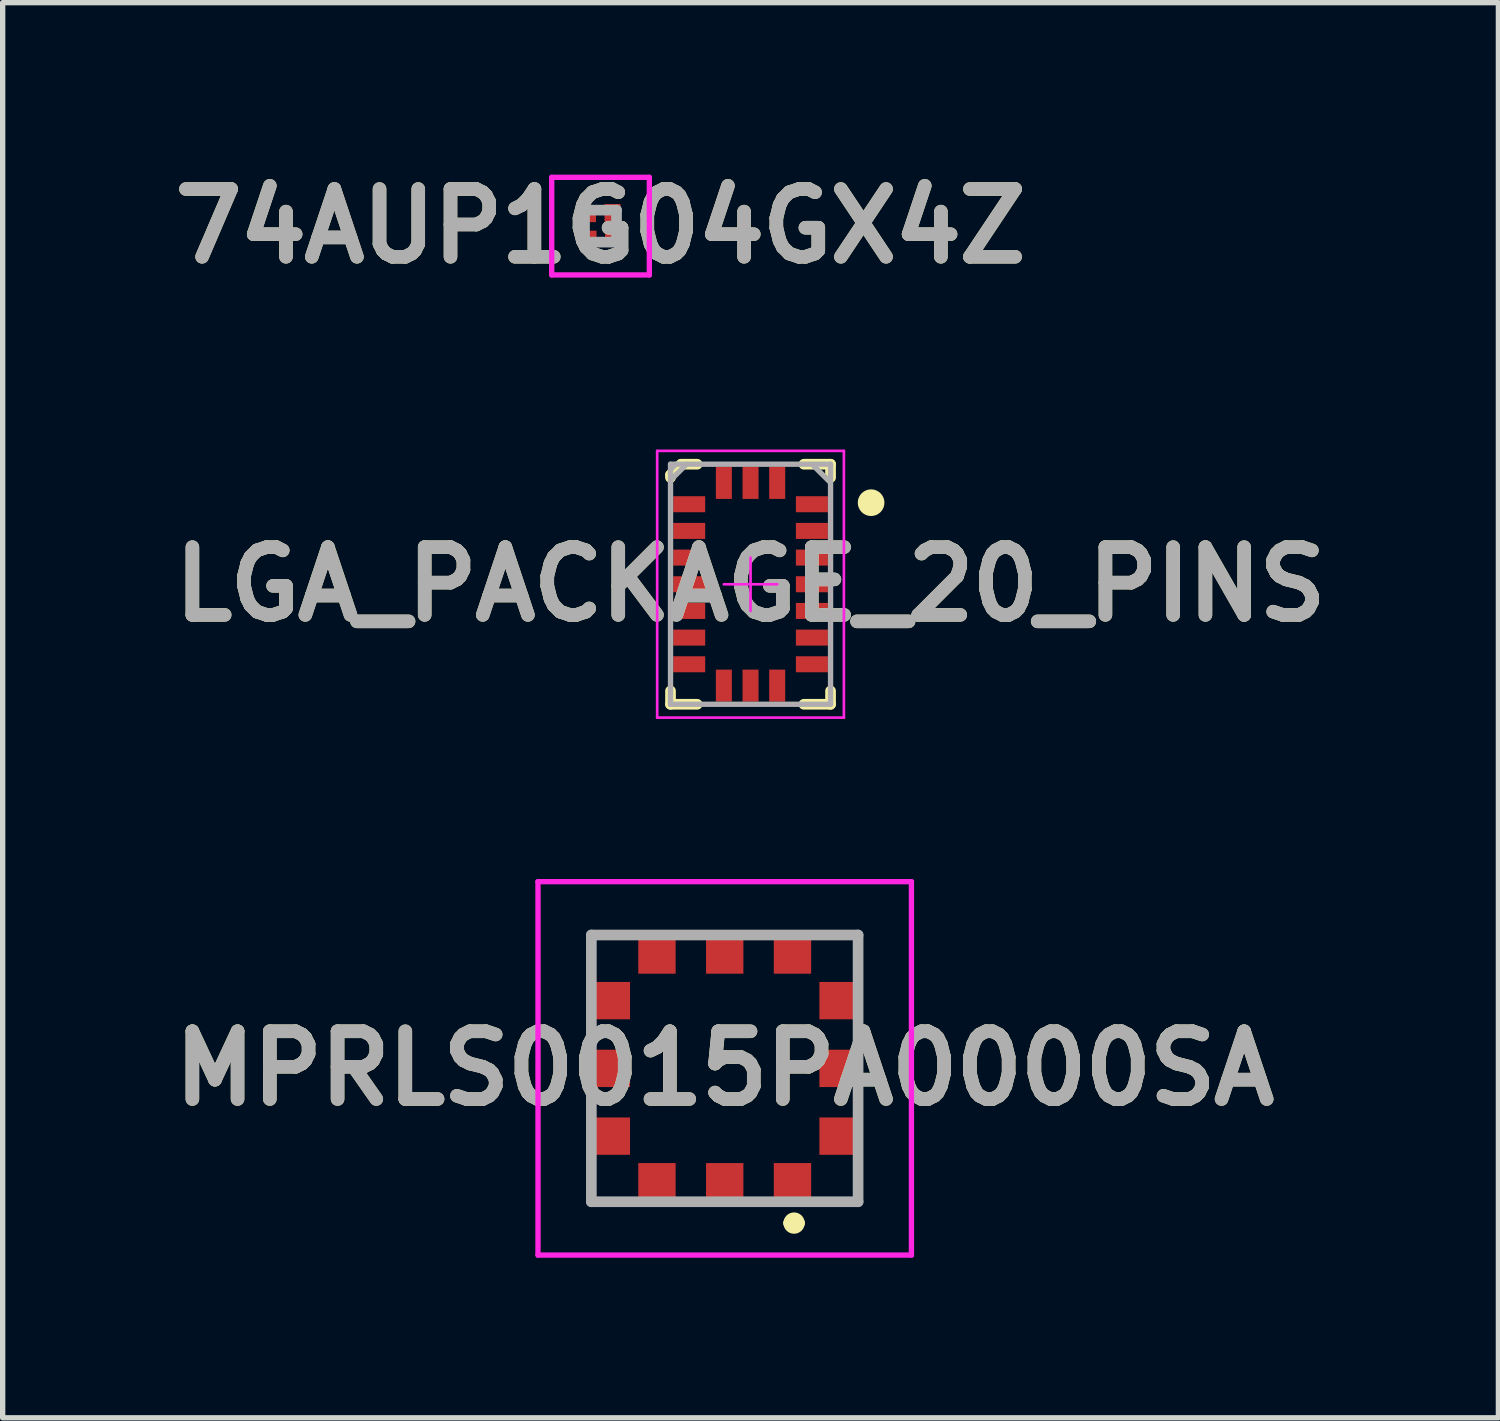
<source format=kicad_pcb>
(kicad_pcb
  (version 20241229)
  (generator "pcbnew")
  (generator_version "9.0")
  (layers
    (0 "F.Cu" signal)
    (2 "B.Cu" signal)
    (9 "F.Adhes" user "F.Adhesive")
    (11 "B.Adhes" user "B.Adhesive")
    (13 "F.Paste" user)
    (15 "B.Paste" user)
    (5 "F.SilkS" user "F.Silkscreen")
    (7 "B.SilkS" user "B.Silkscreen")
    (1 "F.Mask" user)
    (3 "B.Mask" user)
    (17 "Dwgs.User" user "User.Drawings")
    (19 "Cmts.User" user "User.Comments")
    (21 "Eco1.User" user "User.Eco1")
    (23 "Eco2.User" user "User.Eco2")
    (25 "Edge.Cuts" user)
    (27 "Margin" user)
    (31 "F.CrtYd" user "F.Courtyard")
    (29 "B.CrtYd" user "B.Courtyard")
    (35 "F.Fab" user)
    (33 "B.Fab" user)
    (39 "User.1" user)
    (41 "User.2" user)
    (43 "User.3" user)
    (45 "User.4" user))
  (footprint "74AUP1G04GX4Z"
    (layer "F.Cu")
    (at 8.207 1.189)
    (property "Reference" "74AUP1G04GX4Z" (at 0 0 0) (layer "F.SilkS") (effects (font (size 1.27 1.27) (thickness 0.254))))
    (attr smd)
    (fp_line (start -0.25 -0.55) (end -0.25 -0.55) (stroke (width 0.05) (type solid)) (layer "F.SilkS"))
    (fp_line (start -0.2 -0.55) (end -0.2 -0.55) (stroke (width 0.05) (type solid)) (layer "F.SilkS"))
    (fp_arc (start -0.25 -0.55) (mid -0.225 -0.575) (end -0.2 -0.55) (stroke (width 0.05) (type solid)) (layer "F.SilkS"))
    (fp_arc (start -0.2 -0.55) (mid -0.225 -0.525) (end -0.25 -0.55) (stroke (width 0.05) (type solid)) (layer "F.SilkS"))
    (fp_line (start -0.915 -0.915) (end 0.915 -0.915) (stroke (width 0.1) (type solid)) (layer "F.CrtYd"))
    (fp_line (start -0.915 0.915) (end -0.915 -0.915) (stroke (width 0.1) (type solid)) (layer "F.CrtYd"))
    (fp_line (start 0.915 -0.915) (end 0.915 0.915) (stroke (width 0.1) (type solid)) (layer "F.CrtYd"))
    (fp_line (start 0.915 0.915) (end -0.915 0.915) (stroke (width 0.1) (type solid)) (layer "F.CrtYd"))
    (fp_line (start -0.3 -0.3) (end 0.3 -0.3) (stroke (width 0.2) (type solid)) (layer "F.Fab"))
    (fp_line (start -0.3 0.3) (end -0.3 -0.3) (stroke (width 0.2) (type solid)) (layer "F.Fab"))
    (fp_line (start 0.3 -0.3) (end 0.3 0.3) (stroke (width 0.2) (type solid)) (layer "F.Fab"))
    (fp_line (start 0.3 0.3) (end -0.3 0.3) (stroke (width 0.2) (type solid)) (layer "F.Fab"))
    (fp_text user "${REFERENCE}" (at 0 0 0) (layer "F.Fab") (effects (font (size 1.27 1.27) (thickness 0.254))))
    (pad "1" smd rect (at -0.25 -0.225 90) (size 0.3 0.33) (layers "F.Cu" "F.Mask" "F.Paste"))
    (pad "2" smd rect (at -0.225 0.25) (size 0.3 0.33) (layers "F.Cu" "F.Mask" "F.Paste"))
    (pad "3" smd rect (at 0.25 0.225 90) (size 0.3 0.33) (layers "F.Cu" "F.Mask" "F.Paste"))
    (pad "4" smd rect (at 0.225 -0.25) (size 0.3 0.33) (layers "F.Cu" "F.Mask" "F.Paste")))
  (footprint "MPRLS0015PA0000SA"
    (layer "F.Cu")
    (at 10.535 16.977)
    (property "Reference" "MPRLS0015PA0000SA" (at 0 0 0) (layer "F.SilkS") (effects (font (size 1.27 1.27) (thickness 0.254))))
    (attr smd)
    (fp_line (start -2.5 -2.5) (end -2.5 -1.8) (stroke (width 0.1) (type solid)) (layer "F.SilkS"))
    (fp_line (start -2.5 1.8) (end -2.5 2.5) (stroke (width 0.1) (type solid)) (layer "F.SilkS"))
    (fp_line (start -2.5 2.5) (end -1.8 2.5) (stroke (width 0.1) (type solid)) (layer "F.SilkS"))
    (fp_line (start -1.8 -2.5) (end -2.5 -2.5) (stroke (width 0.1) (type solid)) (layer "F.SilkS"))
    (fp_line (start 1.2 2.9) (end 1.2 2.9) (stroke (width 0.2) (type solid)) (layer "F.SilkS"))
    (fp_line (start 1.4 2.9) (end 1.4 2.9) (stroke (width 0.2) (type solid)) (layer "F.SilkS"))
    (fp_line (start 1.8 -2.5) (end 2.5 -2.5) (stroke (width 0.1) (type solid)) (layer "F.SilkS"))
    (fp_line (start 1.8 2.5) (end 2.5 2.5) (stroke (width 0.1) (type solid)) (layer "F.SilkS"))
    (fp_line (start 2.5 -2.5) (end 2.5 -1.8) (stroke (width 0.1) (type solid)) (layer "F.SilkS"))
    (fp_line (start 2.5 2.5) (end 2.5 1.8) (stroke (width 0.1) (type solid)) (layer "F.SilkS"))
    (fp_arc (start 1.2 2.9) (mid 1.3 2.8) (end 1.4 2.9) (stroke (width 0.2) (type solid)) (layer "F.SilkS"))
    (fp_arc (start 1.4 2.9) (mid 1.3 3) (end 1.2 2.9) (stroke (width 0.2) (type solid)) (layer "F.SilkS"))
    (fp_line (start -3.5 -3.5) (end 3.5 -3.5) (stroke (width 0.1) (type solid)) (layer "F.CrtYd"))
    (fp_line (start -3.5 3.5) (end -3.5 -3.5) (stroke (width 0.1) (type solid)) (layer "F.CrtYd"))
    (fp_line (start 3.5 -3.5) (end 3.5 3.5) (stroke (width 0.1) (type solid)) (layer "F.CrtYd"))
    (fp_line (start 3.5 3.5) (end -3.5 3.5) (stroke (width 0.1) (type solid)) (layer "F.CrtYd"))
    (fp_line (start -2.5 -2.5) (end 2.5 -2.5) (stroke (width 0.2) (type solid)) (layer "F.Fab"))
    (fp_line (start -2.5 2.5) (end -2.5 -2.5) (stroke (width 0.2) (type solid)) (layer "F.Fab"))
    (fp_line (start 2.5 -2.5) (end 2.5 2.5) (stroke (width 0.2) (type solid)) (layer "F.Fab"))
    (fp_line (start 2.5 2.5) (end -2.5 2.5) (stroke (width 0.2) (type solid)) (layer "F.Fab"))
    (fp_text user "${REFERENCE}" (at 0 0 0) (layer "F.Fab") (effects (font (size 1.27 1.27) (thickness 0.254))))
    (pad "1" smd rect (at 1.27 2.1 90) (size 0.65 0.7) (layers "F.Cu" "F.Mask" "F.Paste"))
    (pad "2" smd rect (at 0 2.1 90) (size 0.65 0.7) (layers "F.Cu" "F.Mask" "F.Paste"))
    (pad "3" smd rect (at -1.27 2.1 90) (size 0.65 0.7) (layers "F.Cu" "F.Mask" "F.Paste"))
    (pad "4" smd rect (at -2.1 1.27) (size 0.65 0.7) (layers "F.Cu" "F.Mask" "F.Paste"))
    (pad "5" smd rect (at -2.1 0) (size 0.65 0.7) (layers "F.Cu" "F.Mask" "F.Paste"))
    (pad "6" smd rect (at -2.1 -1.27) (size 0.65 0.7) (layers "F.Cu" "F.Mask" "F.Paste"))
    (pad "7" smd rect (at -1.27 -2.1 90) (size 0.65 0.7) (layers "F.Cu" "F.Mask" "F.Paste"))
    (pad "8" smd rect (at 0 -2.1 90) (size 0.65 0.7) (layers "F.Cu" "F.Mask" "F.Paste"))
    (pad "9" smd rect (at 1.27 -2.1 90) (size 0.65 0.7) (layers "F.Cu" "F.Mask" "F.Paste"))
    (pad "10" smd rect (at 2.1 -1.27) (size 0.65 0.7) (layers "F.Cu" "F.Mask" "F.Paste"))
    (pad "11" smd rect (at 2.1 0) (size 0.65 0.7) (layers "F.Cu" "F.Mask" "F.Paste"))
    (pad "12" smd rect (at 2.1 1.27) (size 0.65 0.7) (layers "F.Cu" "F.Mask" "F.Paste")))
  (footprint "LGA_PACKAGE_20_PINS"
    (layer "F.Cu")
    (at 11.019 7.902)
    (property "Reference" "LGA_PACKAGE_20_PINS" (at 0 0 0) (layer "F.SilkS") (effects (font (size 1.27 1.27) (thickness 0.254))))
    (attr smd)
    (fp_line (start -1.5 -2.05) (end -1.3 -2.25) (stroke (width 0.2) (type solid)) (layer "F.SilkS"))
    (fp_line (start -1.5 -2) (end -1.5 -2.05) (stroke (width 0.2) (type solid)) (layer "F.SilkS"))
    (fp_line (start -1.5 2) (end -1.5 2.25) (stroke (width 0.2) (type solid)) (layer "F.SilkS"))
    (fp_line (start -1.5 2.25) (end -1 2.25) (stroke (width 0.2) (type solid)) (layer "F.SilkS"))
    (fp_line (start -1.3 -2.25) (end -1 -2.25) (stroke (width 0.2) (type solid)) (layer "F.SilkS"))
    (fp_line (start 1.5 -2.25) (end 1 -2.25) (stroke (width 0.2) (type solid)) (layer "F.SilkS"))
    (fp_line (start 1.5 -2) (end 1.5 -2.25) (stroke (width 0.2) (type solid)) (layer "F.SilkS"))
    (fp_line (start 1.5 2) (end 1.5 2.25) (stroke (width 0.2) (type solid)) (layer "F.SilkS"))
    (fp_line (start 1.5 2.25) (end 1 2.25) (stroke (width 0.2) (type solid)) (layer "F.SilkS"))
    (fp_circle (center 2.26 -1.529) (end 2.26 -1.404) (stroke (width 0.25) (type solid)) (fill no) (layer "F.SilkS"))
    (fp_line (start -1.75 -2.5) (end -1.75 2.5) (stroke (width 0.05) (type solid)) (layer "F.CrtYd"))
    (fp_line (start -1.75 2.5) (end 1.75 2.5) (stroke (width 0.05) (type solid)) (layer "F.CrtYd"))
    (fp_line (start -1.5 -2.25) (end -1.5 2.25) (stroke (width 0.001) (type solid)) (layer "F.CrtYd"))
    (fp_line (start -1.5 2.25) (end 1.5 2.25) (stroke (width 0.001) (type solid)) (layer "F.CrtYd"))
    (fp_line (start -0.5 0) (end 0.5 0) (stroke (width 0.05) (type solid)) (layer "F.CrtYd"))
    (fp_line (start 0 0.5) (end 0 -0.5) (stroke (width 0.05) (type solid)) (layer "F.CrtYd"))
    (fp_line (start 1.5 -2.25) (end -1.5 -2.25) (stroke (width 0.001) (type solid)) (layer "F.CrtYd"))
    (fp_line (start 1.5 2.25) (end 1.5 -2.25) (stroke (width 0.001) (type solid)) (layer "F.CrtYd"))
    (fp_line (start 1.75 -2.5) (end -1.75 -2.5) (stroke (width 0.05) (type solid)) (layer "F.CrtYd"))
    (fp_line (start 1.75 2.5) (end 1.75 -2.5) (stroke (width 0.05) (type solid)) (layer "F.CrtYd"))
    (fp_line (start -1.5 -2.25) (end -1.5 2.25) (stroke (width 0.1) (type solid)) (layer "F.Fab"))
    (fp_line (start -1.5 2.25) (end 1.5 2.25) (stroke (width 0.1) (type solid)) (layer "F.Fab"))
    (fp_line (start -1.4 -2.25) (end -1.5 -2.15) (stroke (width 0.1) (type solid)) (layer "F.Fab"))
    (fp_line (start -1.2 -2.25) (end -1.5 -1.95) (stroke (width 0.1) (type solid)) (layer "F.Fab"))
    (fp_line (start 1.179 -2.224) (end 1.48 -1.925) (stroke (width 0.1) (type solid)) (layer "F.Fab"))
    (fp_line (start 1.5 -2.25) (end -1.5 -2.25) (stroke (width 0.1) (type solid)) (layer "F.Fab"))
    (fp_line (start 1.5 2.25) (end 1.5 -2.25) (stroke (width 0.1) (type solid)) (layer "F.Fab"))
    (fp_text user "${REFERENCE}" (at 0 0 0) (layer "F.Fab") (effects (font (size 1.27 1.27) (thickness 0.254))))
    (pad "1" smd rect (at 1.15 -1.5 90) (size 0.3 0.6) (layers "F.Cu" "F.Mask" "F.Paste"))
    (pad "2" smd rect (at 1.15 -1 90) (size 0.3 0.6) (layers "F.Cu" "F.Mask" "F.Paste"))
    (pad "3" smd rect (at 1.15 -0.5 90) (size 0.3 0.6) (layers "F.Cu" "F.Mask" "F.Paste"))
    (pad "4" smd rect (at 1.15 0 90) (size 0.3 0.6) (layers "F.Cu" "F.Mask" "F.Paste"))
    (pad "5" smd rect (at 1.15 0.5 90) (size 0.3 0.6) (layers "F.Cu" "F.Mask" "F.Paste"))
    (pad "6" smd rect (at 1.15 1 90) (size 0.3 0.6) (layers "F.Cu" "F.Mask" "F.Paste"))
    (pad "7" smd rect (at 1.15 1.5 90) (size 0.3 0.6) (layers "F.Cu" "F.Mask" "F.Paste"))
    (pad "8" smd rect (at 0.5 1.9) (size 0.3 0.6) (layers "F.Cu" "F.Mask" "F.Paste"))
    (pad "9" smd rect (at 0 1.9) (size 0.3 0.6) (layers "F.Cu" "F.Mask" "F.Paste"))
    (pad "10" smd rect (at -0.5 1.9) (size 0.3 0.6) (layers "F.Cu" "F.Mask" "F.Paste"))
    (pad "11" smd rect (at -1.15 1.5 90) (size 0.3 0.6) (layers "F.Cu" "F.Mask" "F.Paste"))
    (pad "12" smd rect (at -1.15 1 90) (size 0.3 0.6) (layers "F.Cu" "F.Mask" "F.Paste"))
    (pad "13" smd rect (at -1.15 0.5 90) (size 0.3 0.6) (layers "F.Cu" "F.Mask" "F.Paste"))
    (pad "14" smd rect (at -1.15 0 90) (size 0.3 0.6) (layers "F.Cu" "F.Mask" "F.Paste"))
    (pad "15" smd rect (at -1.15 -0.5 90) (size 0.3 0.6) (layers "F.Cu" "F.Mask" "F.Paste"))
    (pad "16" smd rect (at -1.15 -1 90) (size 0.3 0.6) (layers "F.Cu" "F.Mask" "F.Paste"))
    (pad "17" smd rect (at -1.15 -1.5 90) (size 0.3 0.6) (layers "F.Cu" "F.Mask" "F.Paste"))
    (pad "18" smd rect (at -0.5 -1.9) (size 0.3 0.6) (layers "F.Cu" "F.Mask" "F.Paste"))
    (pad "19" smd rect (at 0 -1.9) (size 0.3 0.6) (layers "F.Cu" "F.Mask" "F.Paste"))
    (pad "20" smd rect (at 0.5 -1.9) (size 0.3 0.6) (layers "F.Cu" "F.Mask" "F.Paste")))
  (gr_rect
    (start -3 -3)
    (end 25.038 23.527)
    (stroke (width 0.1) (type default))
    (fill no)
    (layer "Edge.Cuts")))
</source>
